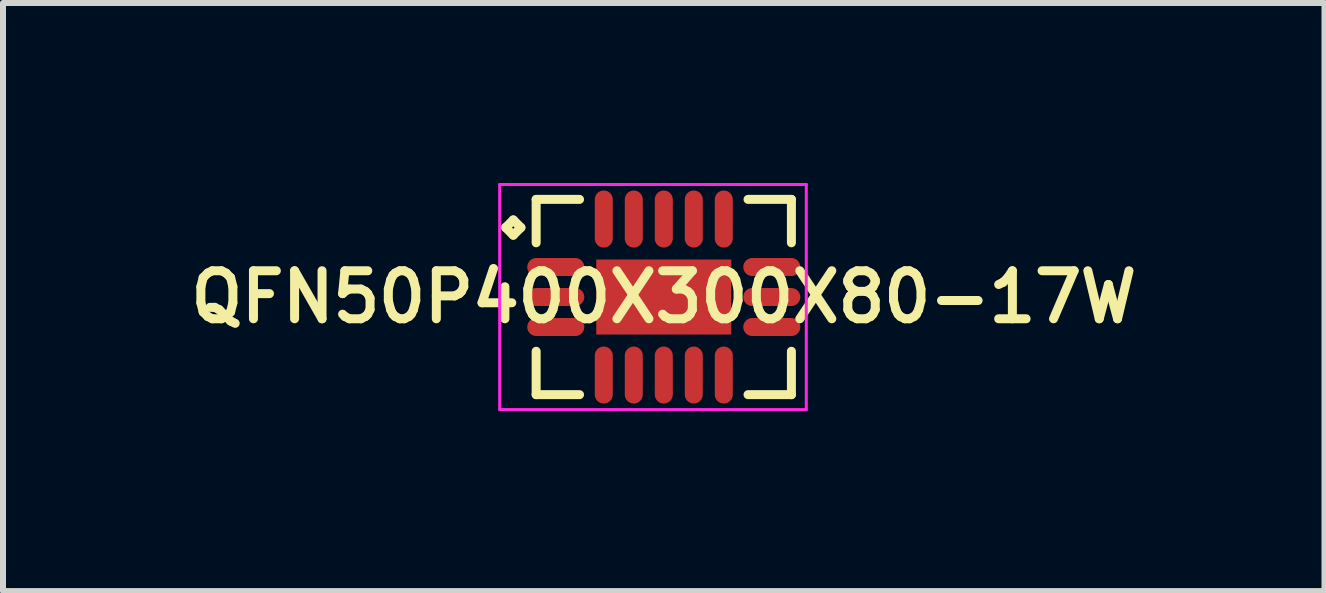
<source format=kicad_pcb>
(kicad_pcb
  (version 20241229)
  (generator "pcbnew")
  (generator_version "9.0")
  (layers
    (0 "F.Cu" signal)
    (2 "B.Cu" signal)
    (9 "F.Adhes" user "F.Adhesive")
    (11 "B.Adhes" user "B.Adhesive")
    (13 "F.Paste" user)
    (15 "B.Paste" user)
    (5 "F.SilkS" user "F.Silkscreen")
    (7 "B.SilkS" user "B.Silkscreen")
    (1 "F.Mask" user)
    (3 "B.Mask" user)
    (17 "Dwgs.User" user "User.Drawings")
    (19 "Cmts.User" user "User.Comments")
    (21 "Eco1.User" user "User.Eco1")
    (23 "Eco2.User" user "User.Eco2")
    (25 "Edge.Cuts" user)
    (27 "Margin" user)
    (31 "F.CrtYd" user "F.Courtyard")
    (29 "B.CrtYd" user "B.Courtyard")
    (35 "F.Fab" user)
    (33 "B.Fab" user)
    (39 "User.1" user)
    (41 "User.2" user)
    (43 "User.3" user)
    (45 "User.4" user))
  (footprint "QFN50P400X300X80-17W"
    (layer "F.Cu")
    (at 8.012 1.9)
    (property "Reference" "QFN50P400X300X80-17W" (at 0 0 0) (layer "F.SilkS") (effects (font (size 0.8 0.8) (thickness 0.15))))
    (attr smd)
    (fp_line (start -2.635 -1.158) (end -2.508 -1.285) (stroke (width 0.15) (type solid)) (layer "F.SilkS"))
    (fp_line (start -2.508 -1.285) (end -2.381 -1.158) (stroke (width 0.15) (type solid)) (layer "F.SilkS"))
    (fp_line (start -2.508 -1.031) (end -2.635 -1.158) (stroke (width 0.15) (type solid)) (layer "F.SilkS"))
    (fp_line (start -2.381 -1.158) (end -2.508 -1.031) (stroke (width 0.15) (type solid)) (layer "F.SilkS"))
    (fp_line (start -2.127 -1.627) (end -1.404 -1.627) (stroke (width 0.15) (type solid)) (layer "F.SilkS"))
    (fp_line (start -2.127 -0.904) (end -2.127 -1.627) (stroke (width 0.15) (type solid)) (layer "F.SilkS"))
    (fp_line (start -2.127 0.904) (end -2.127 1.627) (stroke (width 0.15) (type solid)) (layer "F.SilkS"))
    (fp_line (start -2.127 1.627) (end -1.404 1.627) (stroke (width 0.15) (type solid)) (layer "F.SilkS"))
    (fp_line (start 1.404 -1.627) (end 2.127 -1.627) (stroke (width 0.15) (type solid)) (layer "F.SilkS"))
    (fp_line (start 1.404 1.627) (end 2.127 1.627) (stroke (width 0.15) (type solid)) (layer "F.SilkS"))
    (fp_line (start 2.127 -1.627) (end 2.127 -0.904) (stroke (width 0.15) (type solid)) (layer "F.SilkS"))
    (fp_line (start 2.127 1.627) (end 2.127 0.904) (stroke (width 0.15) (type solid)) (layer "F.SilkS"))
    (fp_line (start -2.735 -1.875) (end 2.375 -1.875) (stroke (width 0.05) (type solid)) (layer "F.CrtYd"))
    (fp_line (start -2.735 1.875) (end -2.735 -1.875) (stroke (width 0.05) (type solid)) (layer "F.CrtYd"))
    (fp_line (start 2.375 -1.875) (end 2.375 1.875) (stroke (width 0.05) (type solid)) (layer "F.CrtYd"))
    (fp_line (start 2.375 1.875) (end -2.735 1.875) (stroke (width 0.05) (type solid)) (layer "F.CrtYd"))
    (pad "1" smd oval (at -1.8 -0.5) (size 0.95 0.3) (layers "F.Cu" "F.Mask" "F.Paste"))
    (pad "2" smd oval (at -1.8 0) (size 0.95 0.3) (layers "F.Cu" "F.Mask" "F.Paste"))
    (pad "3" smd oval (at -1.8 0.5) (size 0.95 0.3) (layers "F.Cu" "F.Mask" "F.Paste"))
    (pad "4" smd oval (at -1 1.3) (size 0.3 0.95) (layers "F.Cu" "F.Mask" "F.Paste"))
    (pad "5" smd oval (at -0.5 1.3) (size 0.3 0.95) (layers "F.Cu" "F.Mask" "F.Paste"))
    (pad "6" smd oval (at 0 1.3) (size 0.3 0.95) (layers "F.Cu" "F.Mask" "F.Paste"))
    (pad "7" smd oval (at 0.5 1.3) (size 0.3 0.95) (layers "F.Cu" "F.Mask" "F.Paste"))
    (pad "8" smd oval (at 1 1.3) (size 0.3 0.95) (layers "F.Cu" "F.Mask" "F.Paste"))
    (pad "9" smd oval (at 1.8 0.5) (size 0.95 0.3) (layers "F.Cu" "F.Mask" "F.Paste"))
    (pad "10" smd oval (at 1.8 0) (size 0.95 0.3) (layers "F.Cu" "F.Mask" "F.Paste"))
    (pad "11" smd oval (at 1.8 -0.5) (size 0.95 0.3) (layers "F.Cu" "F.Mask" "F.Paste"))
    (pad "12" smd oval (at 1 -1.3) (size 0.3 0.95) (layers "F.Cu" "F.Mask" "F.Paste"))
    (pad "13" smd oval (at 0.5 -1.3) (size 0.3 0.95) (layers "F.Cu" "F.Mask" "F.Paste"))
    (pad "14" smd oval (at 0 -1.3) (size 0.3 0.95) (layers "F.Cu" "F.Mask" "F.Paste"))
    (pad "15" smd oval (at -0.5 -1.3) (size 0.3 0.95) (layers "F.Cu" "F.Mask" "F.Paste"))
    (pad "16" smd oval (at -1 -1.3) (size 0.3 0.95) (layers "F.Cu" "F.Mask" "F.Paste"))
    (pad "17" smd rect (at 0 0) (size 2.25 1.25) (layers "F.Cu" "F.Mask" "F.Paste")))
  (gr_rect
    (start -3 -3)
    (end 19.023 6.8)
    (stroke (width 0.1) (type default))
    (fill no)
    (layer "Edge.Cuts")))
</source>
